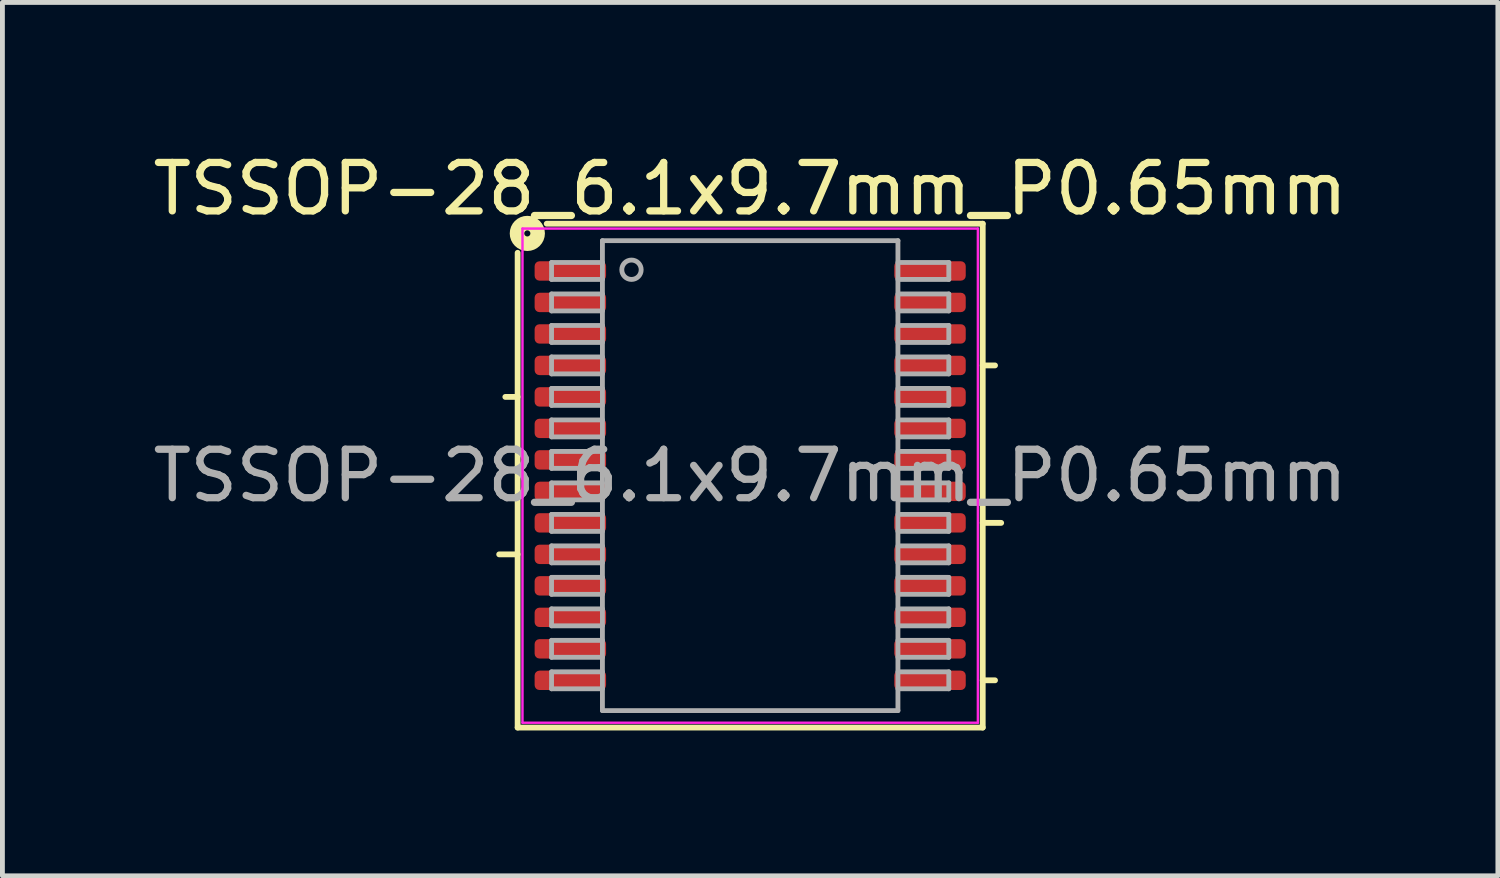
<source format=kicad_pcb>
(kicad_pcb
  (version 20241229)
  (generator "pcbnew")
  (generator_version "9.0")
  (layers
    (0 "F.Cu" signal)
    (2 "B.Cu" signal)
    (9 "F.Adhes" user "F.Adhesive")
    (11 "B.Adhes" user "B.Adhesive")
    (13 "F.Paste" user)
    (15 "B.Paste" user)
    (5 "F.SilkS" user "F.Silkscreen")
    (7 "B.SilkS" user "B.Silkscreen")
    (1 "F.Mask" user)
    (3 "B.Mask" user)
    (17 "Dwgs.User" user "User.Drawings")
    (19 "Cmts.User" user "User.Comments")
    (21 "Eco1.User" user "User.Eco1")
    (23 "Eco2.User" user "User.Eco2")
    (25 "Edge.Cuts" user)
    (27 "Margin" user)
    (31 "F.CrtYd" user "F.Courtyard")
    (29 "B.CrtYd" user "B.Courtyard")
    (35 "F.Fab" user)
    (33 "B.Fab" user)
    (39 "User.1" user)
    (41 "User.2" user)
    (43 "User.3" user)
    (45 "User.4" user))
  (footprint "TSSOP-28_6.1x9.7mm_P0.65mm"
    (layer "F.Cu")
    (at 12.435 6.768)
    (property "Reference" "TSSOP-28_6.1x9.7mm_P0.65mm" (at 0 -5.92 0) (layer "F.SilkS") (effects (font (size 1 1) (thickness 0.15))))
    (attr smd)
    (fp_line (start -4.8 -4.6) (end -4.8 5.2) (stroke (width 0.12) (type solid)) (layer "F.SilkS"))
    (fp_line (start -4.8 -1.625) (end -5.054 -1.625) (stroke (width 0.12) (type solid)) (layer "F.SilkS"))
    (fp_line (start -4.8 1.625) (end -5.181 1.625) (stroke (width 0.12) (type solid)) (layer "F.SilkS"))
    (fp_line (start -4.8 5.2) (end 4.8 5.2) (stroke (width 0.12) (type solid)) (layer "F.SilkS"))
    (fp_line (start 4.8 -5.2) (end -4.2 -5.2) (stroke (width 0.12) (type solid)) (layer "F.SilkS"))
    (fp_line (start 4.8 -2.275) (end 5.054 -2.275) (stroke (width 0.12) (type solid)) (layer "F.SilkS"))
    (fp_line (start 4.8 0.975) (end 5.181 0.975) (stroke (width 0.12) (type solid)) (layer "F.SilkS"))
    (fp_line (start 4.8 4.225) (end 5.054 4.225) (stroke (width 0.12) (type solid)) (layer "F.SilkS"))
    (fp_line (start 4.8 5.2) (end 4.8 -5.2) (stroke (width 0.12) (type solid)) (layer "F.SilkS"))
    (fp_circle (center -4.6 -5) (end -4.537 -5) (stroke (width 0.3) (type solid)) (fill no) (layer "F.SilkS"))
    (fp_line (start -4.7 -5.1) (end -4.7 5.1) (stroke (width 0.05) (type solid)) (layer "F.CrtYd"))
    (fp_line (start -4.7 5.1) (end 4.7 5.1) (stroke (width 0.05) (type solid)) (layer "F.CrtYd"))
    (fp_line (start 4.7 -5.1) (end -4.7 -5.1) (stroke (width 0.05) (type solid)) (layer "F.CrtYd"))
    (fp_line (start 4.7 5.1) (end 4.7 -5.1) (stroke (width 0.05) (type solid)) (layer "F.CrtYd"))
    (fp_line (start -4.1 -4.4) (end -4.1 -4.05) (stroke (width 0.1) (type solid)) (layer "F.Fab"))
    (fp_line (start -4.1 -4.4) (end -3.05 -4.4) (stroke (width 0.1) (type solid)) (layer "F.Fab"))
    (fp_line (start -4.1 -4.05) (end -3.05 -4.05) (stroke (width 0.1) (type solid)) (layer "F.Fab"))
    (fp_line (start -4.1 -3.75) (end -4.1 -3.4) (stroke (width 0.1) (type solid)) (layer "F.Fab"))
    (fp_line (start -4.1 -3.75) (end -3.05 -3.75) (stroke (width 0.1) (type solid)) (layer "F.Fab"))
    (fp_line (start -4.1 -3.4) (end -3.05 -3.4) (stroke (width 0.1) (type solid)) (layer "F.Fab"))
    (fp_line (start -4.1 -3.1) (end -4.1 -2.75) (stroke (width 0.1) (type solid)) (layer "F.Fab"))
    (fp_line (start -4.1 -3.1) (end -3.05 -3.1) (stroke (width 0.1) (type solid)) (layer "F.Fab"))
    (fp_line (start -4.1 -2.75) (end -3.05 -2.75) (stroke (width 0.1) (type solid)) (layer "F.Fab"))
    (fp_line (start -4.1 -2.45) (end -4.1 -2.1) (stroke (width 0.1) (type solid)) (layer "F.Fab"))
    (fp_line (start -4.1 -2.45) (end -3.05 -2.45) (stroke (width 0.1) (type solid)) (layer "F.Fab"))
    (fp_line (start -4.1 -2.1) (end -3.05 -2.1) (stroke (width 0.1) (type solid)) (layer "F.Fab"))
    (fp_line (start -4.1 -1.8) (end -4.1 -1.45) (stroke (width 0.1) (type solid)) (layer "F.Fab"))
    (fp_line (start -4.1 -1.8) (end -3.05 -1.8) (stroke (width 0.1) (type solid)) (layer "F.Fab"))
    (fp_line (start -4.1 -1.45) (end -3.05 -1.45) (stroke (width 0.1) (type solid)) (layer "F.Fab"))
    (fp_line (start -4.1 -1.15) (end -4.1 -0.8) (stroke (width 0.1) (type solid)) (layer "F.Fab"))
    (fp_line (start -4.1 -1.15) (end -3.05 -1.15) (stroke (width 0.1) (type solid)) (layer "F.Fab"))
    (fp_line (start -4.1 -0.8) (end -3.05 -0.8) (stroke (width 0.1) (type solid)) (layer "F.Fab"))
    (fp_line (start -4.1 -0.5) (end -4.1 -0.15) (stroke (width 0.1) (type solid)) (layer "F.Fab"))
    (fp_line (start -4.1 -0.5) (end -3.05 -0.5) (stroke (width 0.1) (type solid)) (layer "F.Fab"))
    (fp_line (start -4.1 -0.15) (end -3.05 -0.15) (stroke (width 0.1) (type solid)) (layer "F.Fab"))
    (fp_line (start -4.1 0.15) (end -4.1 0.5) (stroke (width 0.1) (type solid)) (layer "F.Fab"))
    (fp_line (start -4.1 0.15) (end -3.05 0.15) (stroke (width 0.1) (type solid)) (layer "F.Fab"))
    (fp_line (start -4.1 0.5) (end -3.05 0.5) (stroke (width 0.1) (type solid)) (layer "F.Fab"))
    (fp_line (start -4.1 0.8) (end -4.1 1.15) (stroke (width 0.1) (type solid)) (layer "F.Fab"))
    (fp_line (start -4.1 0.8) (end -3.05 0.8) (stroke (width 0.1) (type solid)) (layer "F.Fab"))
    (fp_line (start -4.1 1.15) (end -3.05 1.15) (stroke (width 0.1) (type solid)) (layer "F.Fab"))
    (fp_line (start -4.1 1.45) (end -4.1 1.8) (stroke (width 0.1) (type solid)) (layer "F.Fab"))
    (fp_line (start -4.1 1.45) (end -3.05 1.45) (stroke (width 0.1) (type solid)) (layer "F.Fab"))
    (fp_line (start -4.1 1.8) (end -3.05 1.8) (stroke (width 0.1) (type solid)) (layer "F.Fab"))
    (fp_line (start -4.1 2.1) (end -4.1 2.45) (stroke (width 0.1) (type solid)) (layer "F.Fab"))
    (fp_line (start -4.1 2.1) (end -3.05 2.1) (stroke (width 0.1) (type solid)) (layer "F.Fab"))
    (fp_line (start -4.1 2.45) (end -3.05 2.45) (stroke (width 0.1) (type solid)) (layer "F.Fab"))
    (fp_line (start -4.1 2.75) (end -4.1 3.1) (stroke (width 0.1) (type solid)) (layer "F.Fab"))
    (fp_line (start -4.1 2.75) (end -3.05 2.75) (stroke (width 0.1) (type solid)) (layer "F.Fab"))
    (fp_line (start -4.1 3.1) (end -3.05 3.1) (stroke (width 0.1) (type solid)) (layer "F.Fab"))
    (fp_line (start -4.1 3.4) (end -4.1 3.75) (stroke (width 0.1) (type solid)) (layer "F.Fab"))
    (fp_line (start -4.1 3.4) (end -3.05 3.4) (stroke (width 0.1) (type solid)) (layer "F.Fab"))
    (fp_line (start -4.1 3.75) (end -3.05 3.75) (stroke (width 0.1) (type solid)) (layer "F.Fab"))
    (fp_line (start -4.1 4.05) (end -4.1 4.4) (stroke (width 0.1) (type solid)) (layer "F.Fab"))
    (fp_line (start -4.1 4.05) (end -3.05 4.05) (stroke (width 0.1) (type solid)) (layer "F.Fab"))
    (fp_line (start -4.1 4.4) (end -3.05 4.4) (stroke (width 0.1) (type solid)) (layer "F.Fab"))
    (fp_line (start -3.05 -4.85) (end 3.05 -4.85) (stroke (width 0.1) (type solid)) (layer "F.Fab"))
    (fp_line (start -3.05 4.85) (end -3.05 -4.85) (stroke (width 0.1) (type solid)) (layer "F.Fab"))
    (fp_line (start 3.05 -4.85) (end 3.05 4.85) (stroke (width 0.1) (type solid)) (layer "F.Fab"))
    (fp_line (start 3.05 4.85) (end -3.05 4.85) (stroke (width 0.1) (type solid)) (layer "F.Fab"))
    (fp_line (start 4.1 -4.4) (end 3.05 -4.4) (stroke (width 0.1) (type solid)) (layer "F.Fab"))
    (fp_line (start 4.1 -4.05) (end 3.05 -4.05) (stroke (width 0.1) (type solid)) (layer "F.Fab"))
    (fp_line (start 4.1 -4.05) (end 4.1 -4.4) (stroke (width 0.1) (type solid)) (layer "F.Fab"))
    (fp_line (start 4.1 -3.75) (end 3.05 -3.75) (stroke (width 0.1) (type solid)) (layer "F.Fab"))
    (fp_line (start 4.1 -3.4) (end 3.05 -3.4) (stroke (width 0.1) (type solid)) (layer "F.Fab"))
    (fp_line (start 4.1 -3.4) (end 4.1 -3.75) (stroke (width 0.1) (type solid)) (layer "F.Fab"))
    (fp_line (start 4.1 -3.1) (end 3.05 -3.1) (stroke (width 0.1) (type solid)) (layer "F.Fab"))
    (fp_line (start 4.1 -2.75) (end 3.05 -2.75) (stroke (width 0.1) (type solid)) (layer "F.Fab"))
    (fp_line (start 4.1 -2.75) (end 4.1 -3.1) (stroke (width 0.1) (type solid)) (layer "F.Fab"))
    (fp_line (start 4.1 -2.45) (end 3.05 -2.45) (stroke (width 0.1) (type solid)) (layer "F.Fab"))
    (fp_line (start 4.1 -2.1) (end 3.05 -2.1) (stroke (width 0.1) (type solid)) (layer "F.Fab"))
    (fp_line (start 4.1 -2.1) (end 4.1 -2.45) (stroke (width 0.1) (type solid)) (layer "F.Fab"))
    (fp_line (start 4.1 -1.8) (end 3.05 -1.8) (stroke (width 0.1) (type solid)) (layer "F.Fab"))
    (fp_line (start 4.1 -1.45) (end 3.05 -1.45) (stroke (width 0.1) (type solid)) (layer "F.Fab"))
    (fp_line (start 4.1 -1.45) (end 4.1 -1.8) (stroke (width 0.1) (type solid)) (layer "F.Fab"))
    (fp_line (start 4.1 -1.15) (end 3.05 -1.15) (stroke (width 0.1) (type solid)) (layer "F.Fab"))
    (fp_line (start 4.1 -0.8) (end 3.05 -0.8) (stroke (width 0.1) (type solid)) (layer "F.Fab"))
    (fp_line (start 4.1 -0.8) (end 4.1 -1.15) (stroke (width 0.1) (type solid)) (layer "F.Fab"))
    (fp_line (start 4.1 -0.5) (end 3.05 -0.5) (stroke (width 0.1) (type solid)) (layer "F.Fab"))
    (fp_line (start 4.1 -0.15) (end 3.05 -0.15) (stroke (width 0.1) (type solid)) (layer "F.Fab"))
    (fp_line (start 4.1 -0.15) (end 4.1 -0.5) (stroke (width 0.1) (type solid)) (layer "F.Fab"))
    (fp_line (start 4.1 0.15) (end 3.05 0.15) (stroke (width 0.1) (type solid)) (layer "F.Fab"))
    (fp_line (start 4.1 0.5) (end 3.05 0.5) (stroke (width 0.1) (type solid)) (layer "F.Fab"))
    (fp_line (start 4.1 0.5) (end 4.1 0.15) (stroke (width 0.1) (type solid)) (layer "F.Fab"))
    (fp_line (start 4.1 0.8) (end 3.05 0.8) (stroke (width 0.1) (type solid)) (layer "F.Fab"))
    (fp_line (start 4.1 1.15) (end 3.05 1.15) (stroke (width 0.1) (type solid)) (layer "F.Fab"))
    (fp_line (start 4.1 1.15) (end 4.1 0.8) (stroke (width 0.1) (type solid)) (layer "F.Fab"))
    (fp_line (start 4.1 1.45) (end 3.05 1.45) (stroke (width 0.1) (type solid)) (layer "F.Fab"))
    (fp_line (start 4.1 1.8) (end 3.05 1.8) (stroke (width 0.1) (type solid)) (layer "F.Fab"))
    (fp_line (start 4.1 1.8) (end 4.1 1.45) (stroke (width 0.1) (type solid)) (layer "F.Fab"))
    (fp_line (start 4.1 2.1) (end 3.05 2.1) (stroke (width 0.1) (type solid)) (layer "F.Fab"))
    (fp_line (start 4.1 2.45) (end 3.05 2.45) (stroke (width 0.1) (type solid)) (layer "F.Fab"))
    (fp_line (start 4.1 2.45) (end 4.1 2.1) (stroke (width 0.1) (type solid)) (layer "F.Fab"))
    (fp_line (start 4.1 2.75) (end 3.05 2.75) (stroke (width 0.1) (type solid)) (layer "F.Fab"))
    (fp_line (start 4.1 3.1) (end 3.05 3.1) (stroke (width 0.1) (type solid)) (layer "F.Fab"))
    (fp_line (start 4.1 3.1) (end 4.1 2.75) (stroke (width 0.1) (type solid)) (layer "F.Fab"))
    (fp_line (start 4.1 3.4) (end 3.05 3.4) (stroke (width 0.1) (type solid)) (layer "F.Fab"))
    (fp_line (start 4.1 3.75) (end 3.05 3.75) (stroke (width 0.1) (type solid)) (layer "F.Fab"))
    (fp_line (start 4.1 3.75) (end 4.1 3.4) (stroke (width 0.1) (type solid)) (layer "F.Fab"))
    (fp_line (start 4.1 4.05) (end 3.05 4.05) (stroke (width 0.1) (type solid)) (layer "F.Fab"))
    (fp_line (start 4.1 4.4) (end 3.05 4.4) (stroke (width 0.1) (type solid)) (layer "F.Fab"))
    (fp_line (start 4.1 4.4) (end 4.1 4.05) (stroke (width 0.1) (type solid)) (layer "F.Fab"))
    (fp_circle (center -2.45 -4.25) (end -2.25 -4.25) (stroke (width 0.1) (type solid)) (fill no) (layer "F.Fab"))
    (fp_text user "${REFERENCE}" (at 0 0 0) (layer "F.Fab") (effects (font (size 1 1) (thickness 0.15))))
    (pad "1" smd roundrect (at -3.712 -4.225) (size 1.475 0.4) (layers "F.Cu" "F.Mask" "F.Paste") (roundrect_rratio 0.25))
    (pad "2" smd roundrect (at -3.712 -3.575) (size 1.475 0.4) (layers "F.Cu" "F.Mask" "F.Paste") (roundrect_rratio 0.25))
    (pad "3" smd roundrect (at -3.712 -2.925) (size 1.475 0.4) (layers "F.Cu" "F.Mask" "F.Paste") (roundrect_rratio 0.25))
    (pad "4" smd roundrect (at -3.712 -2.275) (size 1.475 0.4) (layers "F.Cu" "F.Mask" "F.Paste") (roundrect_rratio 0.25))
    (pad "5" smd roundrect (at -3.712 -1.625) (size 1.475 0.4) (layers "F.Cu" "F.Mask" "F.Paste") (roundrect_rratio 0.25))
    (pad "6" smd roundrect (at -3.712 -0.975) (size 1.475 0.4) (layers "F.Cu" "F.Mask" "F.Paste") (roundrect_rratio 0.25))
    (pad "7" smd roundrect (at -3.712 -0.325) (size 1.475 0.4) (layers "F.Cu" "F.Mask" "F.Paste") (roundrect_rratio 0.25))
    (pad "8" smd roundrect (at -3.712 0.325) (size 1.475 0.4) (layers "F.Cu" "F.Mask" "F.Paste") (roundrect_rratio 0.25))
    (pad "9" smd roundrect (at -3.712 0.975) (size 1.475 0.4) (layers "F.Cu" "F.Mask" "F.Paste") (roundrect_rratio 0.25))
    (pad "10" smd roundrect (at -3.712 1.625) (size 1.475 0.4) (layers "F.Cu" "F.Mask" "F.Paste") (roundrect_rratio 0.25))
    (pad "11" smd roundrect (at -3.712 2.275) (size 1.475 0.4) (layers "F.Cu" "F.Mask" "F.Paste") (roundrect_rratio 0.25))
    (pad "12" smd roundrect (at -3.712 2.925) (size 1.475 0.4) (layers "F.Cu" "F.Mask" "F.Paste") (roundrect_rratio 0.25))
    (pad "13" smd roundrect (at -3.712 3.575) (size 1.475 0.4) (layers "F.Cu" "F.Mask" "F.Paste") (roundrect_rratio 0.25))
    (pad "14" smd roundrect (at -3.712 4.225) (size 1.475 0.4) (layers "F.Cu" "F.Mask" "F.Paste") (roundrect_rratio 0.25))
    (pad "15" smd roundrect (at 3.712 4.225) (size 1.475 0.4) (layers "F.Cu" "F.Mask" "F.Paste") (roundrect_rratio 0.25))
    (pad "16" smd roundrect (at 3.712 3.575) (size 1.475 0.4) (layers "F.Cu" "F.Mask" "F.Paste") (roundrect_rratio 0.25))
    (pad "17" smd roundrect (at 3.712 2.925) (size 1.475 0.4) (layers "F.Cu" "F.Mask" "F.Paste") (roundrect_rratio 0.25))
    (pad "18" smd roundrect (at 3.712 2.275) (size 1.475 0.4) (layers "F.Cu" "F.Mask" "F.Paste") (roundrect_rratio 0.25))
    (pad "19" smd roundrect (at 3.712 1.625) (size 1.475 0.4) (layers "F.Cu" "F.Mask" "F.Paste") (roundrect_rratio 0.25))
    (pad "20" smd roundrect (at 3.712 0.975) (size 1.475 0.4) (layers "F.Cu" "F.Mask" "F.Paste") (roundrect_rratio 0.25))
    (pad "21" smd roundrect (at 3.712 0.325) (size 1.475 0.4) (layers "F.Cu" "F.Mask" "F.Paste") (roundrect_rratio 0.25))
    (pad "22" smd roundrect (at 3.712 -0.325) (size 1.475 0.4) (layers "F.Cu" "F.Mask" "F.Paste") (roundrect_rratio 0.25))
    (pad "23" smd roundrect (at 3.712 -0.975) (size 1.475 0.4) (layers "F.Cu" "F.Mask" "F.Paste") (roundrect_rratio 0.25))
    (pad "24" smd roundrect (at 3.712 -1.625) (size 1.475 0.4) (layers "F.Cu" "F.Mask" "F.Paste") (roundrect_rratio 0.25))
    (pad "25" smd roundrect (at 3.712 -2.275) (size 1.475 0.4) (layers "F.Cu" "F.Mask" "F.Paste") (roundrect_rratio 0.25))
    (pad "26" smd roundrect (at 3.712 -2.925) (size 1.475 0.4) (layers "F.Cu" "F.Mask" "F.Paste") (roundrect_rratio 0.25))
    (pad "27" smd roundrect (at 3.712 -3.575) (size 1.475 0.4) (layers "F.Cu" "F.Mask" "F.Paste") (roundrect_rratio 0.25))
    (pad "28" smd roundrect (at 3.712 -4.225) (size 1.475 0.4) (layers "F.Cu" "F.Mask" "F.Paste") (roundrect_rratio 0.25)))
  (gr_rect
    (start -3 -3)
    (end 27.869 15.028)
    (stroke (width 0.1) (type default))
    (fill no)
    (layer "Edge.Cuts")))
</source>
